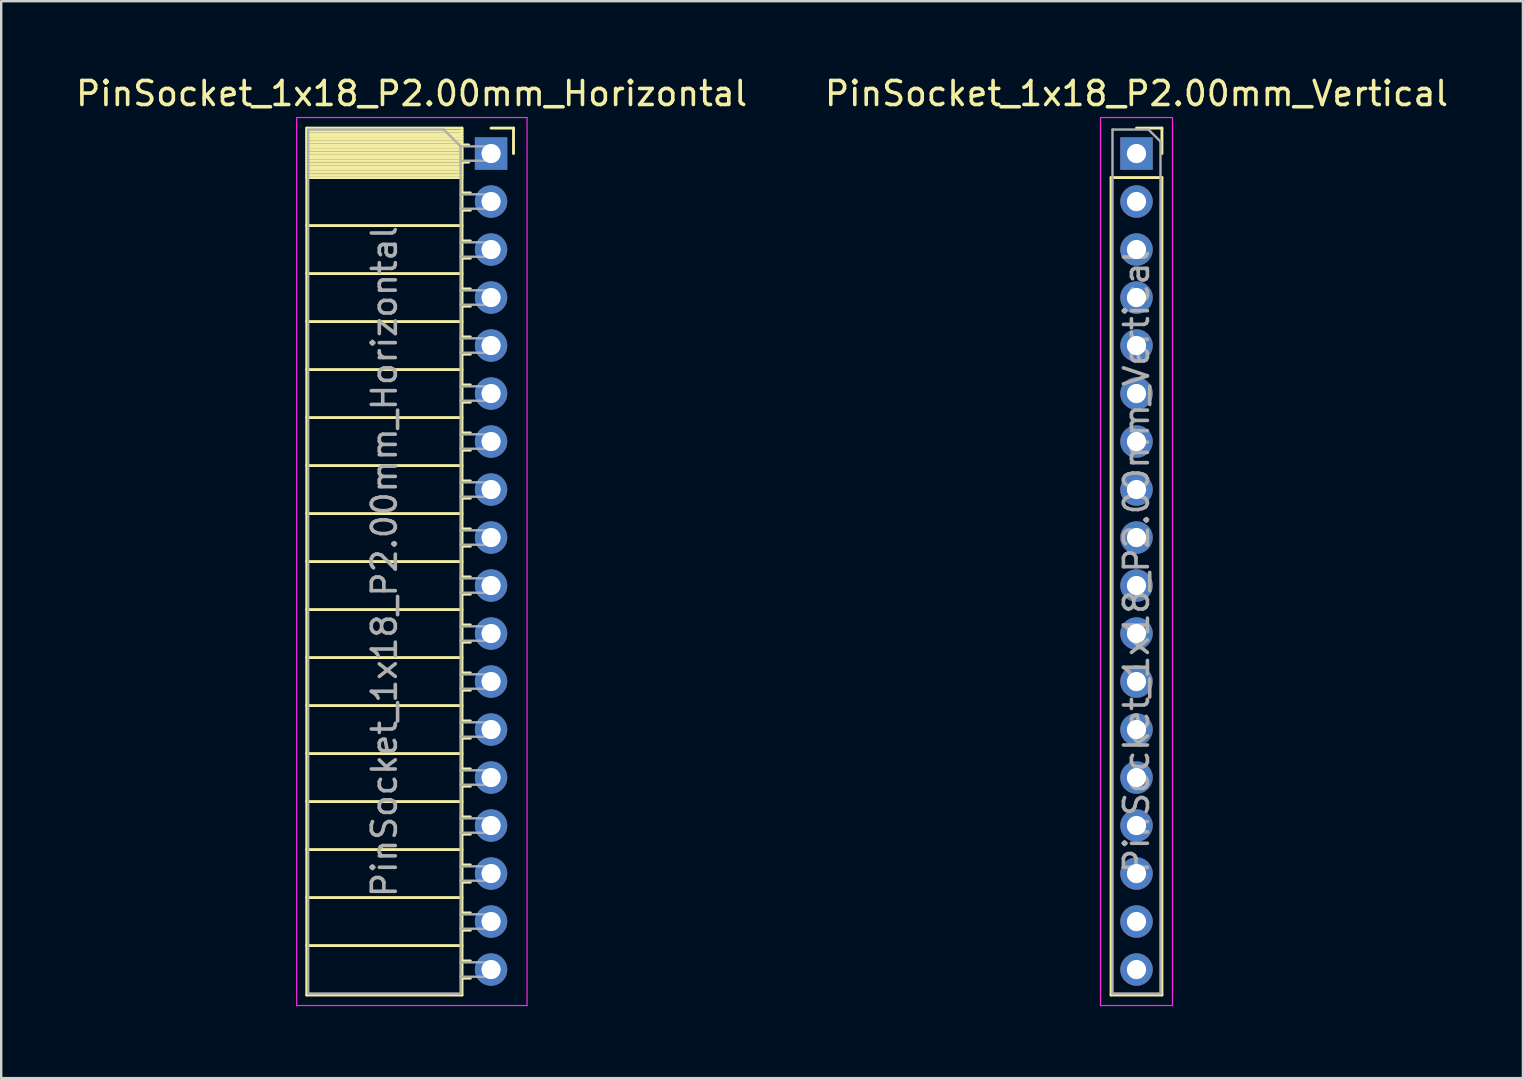
<source format=kicad_pcb>
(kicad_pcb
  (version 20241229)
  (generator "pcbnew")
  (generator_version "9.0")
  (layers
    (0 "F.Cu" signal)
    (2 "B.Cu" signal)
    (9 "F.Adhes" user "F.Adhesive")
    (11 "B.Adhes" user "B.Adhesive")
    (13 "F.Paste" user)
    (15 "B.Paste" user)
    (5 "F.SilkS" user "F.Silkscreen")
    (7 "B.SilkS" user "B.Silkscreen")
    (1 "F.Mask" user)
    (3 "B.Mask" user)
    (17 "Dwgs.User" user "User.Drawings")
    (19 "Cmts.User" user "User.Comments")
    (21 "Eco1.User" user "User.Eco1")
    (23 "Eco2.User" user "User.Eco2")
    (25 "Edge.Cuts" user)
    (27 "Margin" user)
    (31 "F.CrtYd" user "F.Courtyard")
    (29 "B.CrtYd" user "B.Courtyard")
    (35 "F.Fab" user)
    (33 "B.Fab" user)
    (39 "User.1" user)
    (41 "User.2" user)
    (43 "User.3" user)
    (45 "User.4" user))
  (footprint "PinSocket_1x18_P2.00mm_Horizontal"
    (layer "F.Cu")
    (at 17.411 3.348)
    (property "Reference" "PinSocket_1x18_P2.00mm_Horizontal" (at -3.31 -2.5 0) (layer "F.SilkS") (effects (font (size 1 1) (thickness 0.15))))
    (attr through_hole)
    (fp_line (start -7.68 -1.06) (end -7.68 35.06) (stroke (width 0.12) (type solid)) (layer "F.SilkS"))
    (fp_line (start -7.68 -1.06) (end -1.21 -1.06) (stroke (width 0.12) (type solid)) (layer "F.SilkS"))
    (fp_line (start -7.68 -0.94) (end -1.21 -0.94) (stroke (width 0.12) (type solid)) (layer "F.SilkS"))
    (fp_line (start -7.68 -0.826) (end -1.21 -0.826) (stroke (width 0.12) (type solid)) (layer "F.SilkS"))
    (fp_line (start -7.68 -0.712) (end -1.21 -0.712) (stroke (width 0.12) (type solid)) (layer "F.SilkS"))
    (fp_line (start -7.68 -0.598) (end -1.21 -0.598) (stroke (width 0.12) (type solid)) (layer "F.SilkS"))
    (fp_line (start -7.68 -0.484) (end -1.21 -0.484) (stroke (width 0.12) (type solid)) (layer "F.SilkS"))
    (fp_line (start -7.68 -0.369) (end -1.21 -0.369) (stroke (width 0.12) (type solid)) (layer "F.SilkS"))
    (fp_line (start -7.68 -0.255) (end -1.21 -0.255) (stroke (width 0.12) (type solid)) (layer "F.SilkS"))
    (fp_line (start -7.68 -0.141) (end -1.21 -0.141) (stroke (width 0.12) (type solid)) (layer "F.SilkS"))
    (fp_line (start -7.68 -0.027) (end -1.21 -0.027) (stroke (width 0.12) (type solid)) (layer "F.SilkS"))
    (fp_line (start -7.68 0.087) (end -1.21 0.087) (stroke (width 0.12) (type solid)) (layer "F.SilkS"))
    (fp_line (start -7.68 0.201) (end -1.21 0.201) (stroke (width 0.12) (type solid)) (layer "F.SilkS"))
    (fp_line (start -7.68 0.315) (end -1.21 0.315) (stroke (width 0.12) (type solid)) (layer "F.SilkS"))
    (fp_line (start -7.68 0.429) (end -1.21 0.429) (stroke (width 0.12) (type solid)) (layer "F.SilkS"))
    (fp_line (start -7.68 0.544) (end -1.21 0.544) (stroke (width 0.12) (type solid)) (layer "F.SilkS"))
    (fp_line (start -7.68 0.658) (end -1.21 0.658) (stroke (width 0.12) (type solid)) (layer "F.SilkS"))
    (fp_line (start -7.68 0.772) (end -1.21 0.772) (stroke (width 0.12) (type solid)) (layer "F.SilkS"))
    (fp_line (start -7.68 0.886) (end -1.21 0.886) (stroke (width 0.12) (type solid)) (layer "F.SilkS"))
    (fp_line (start -7.68 1) (end -1.21 1) (stroke (width 0.12) (type solid)) (layer "F.SilkS"))
    (fp_line (start -7.68 3) (end -1.21 3) (stroke (width 0.12) (type solid)) (layer "F.SilkS"))
    (fp_line (start -7.68 5) (end -1.21 5) (stroke (width 0.12) (type solid)) (layer "F.SilkS"))
    (fp_line (start -7.68 7) (end -1.21 7) (stroke (width 0.12) (type solid)) (layer "F.SilkS"))
    (fp_line (start -7.68 9) (end -1.21 9) (stroke (width 0.12) (type solid)) (layer "F.SilkS"))
    (fp_line (start -7.68 11) (end -1.21 11) (stroke (width 0.12) (type solid)) (layer "F.SilkS"))
    (fp_line (start -7.68 13) (end -1.21 13) (stroke (width 0.12) (type solid)) (layer "F.SilkS"))
    (fp_line (start -7.68 15) (end -1.21 15) (stroke (width 0.12) (type solid)) (layer "F.SilkS"))
    (fp_line (start -7.68 17) (end -1.21 17) (stroke (width 0.12) (type solid)) (layer "F.SilkS"))
    (fp_line (start -7.68 19) (end -1.21 19) (stroke (width 0.12) (type solid)) (layer "F.SilkS"))
    (fp_line (start -7.68 21) (end -1.21 21) (stroke (width 0.12) (type solid)) (layer "F.SilkS"))
    (fp_line (start -7.68 23) (end -1.21 23) (stroke (width 0.12) (type solid)) (layer "F.SilkS"))
    (fp_line (start -7.68 25) (end -1.21 25) (stroke (width 0.12) (type solid)) (layer "F.SilkS"))
    (fp_line (start -7.68 27) (end -1.21 27) (stroke (width 0.12) (type solid)) (layer "F.SilkS"))
    (fp_line (start -7.68 29) (end -1.21 29) (stroke (width 0.12) (type solid)) (layer "F.SilkS"))
    (fp_line (start -7.68 31) (end -1.21 31) (stroke (width 0.12) (type solid)) (layer "F.SilkS"))
    (fp_line (start -7.68 33) (end -1.21 33) (stroke (width 0.12) (type solid)) (layer "F.SilkS"))
    (fp_line (start -7.68 35.06) (end -1.21 35.06) (stroke (width 0.12) (type solid)) (layer "F.SilkS"))
    (fp_line (start -1.21 -1.06) (end -1.21 35.06) (stroke (width 0.12) (type solid)) (layer "F.SilkS"))
    (fp_line (start -1.21 -0.36) (end -0.935 -0.36) (stroke (width 0.12) (type solid)) (layer "F.SilkS"))
    (fp_line (start -1.21 0.36) (end -0.935 0.36) (stroke (width 0.12) (type solid)) (layer "F.SilkS"))
    (fp_line (start -1.21 1.64) (end -0.863 1.64) (stroke (width 0.12) (type solid)) (layer "F.SilkS"))
    (fp_line (start -1.21 2.36) (end -0.863 2.36) (stroke (width 0.12) (type solid)) (layer "F.SilkS"))
    (fp_line (start -1.21 3.64) (end -0.863 3.64) (stroke (width 0.12) (type solid)) (layer "F.SilkS"))
    (fp_line (start -1.21 4.36) (end -0.863 4.36) (stroke (width 0.12) (type solid)) (layer "F.SilkS"))
    (fp_line (start -1.21 5.64) (end -0.863 5.64) (stroke (width 0.12) (type solid)) (layer "F.SilkS"))
    (fp_line (start -1.21 6.36) (end -0.863 6.36) (stroke (width 0.12) (type solid)) (layer "F.SilkS"))
    (fp_line (start -1.21 7.64) (end -0.863 7.64) (stroke (width 0.12) (type solid)) (layer "F.SilkS"))
    (fp_line (start -1.21 8.36) (end -0.863 8.36) (stroke (width 0.12) (type solid)) (layer "F.SilkS"))
    (fp_line (start -1.21 9.64) (end -0.863 9.64) (stroke (width 0.12) (type solid)) (layer "F.SilkS"))
    (fp_line (start -1.21 10.36) (end -0.863 10.36) (stroke (width 0.12) (type solid)) (layer "F.SilkS"))
    (fp_line (start -1.21 11.64) (end -0.863 11.64) (stroke (width 0.12) (type solid)) (layer "F.SilkS"))
    (fp_line (start -1.21 12.36) (end -0.863 12.36) (stroke (width 0.12) (type solid)) (layer "F.SilkS"))
    (fp_line (start -1.21 13.64) (end -0.863 13.64) (stroke (width 0.12) (type solid)) (layer "F.SilkS"))
    (fp_line (start -1.21 14.36) (end -0.863 14.36) (stroke (width 0.12) (type solid)) (layer "F.SilkS"))
    (fp_line (start -1.21 15.64) (end -0.863 15.64) (stroke (width 0.12) (type solid)) (layer "F.SilkS"))
    (fp_line (start -1.21 16.36) (end -0.863 16.36) (stroke (width 0.12) (type solid)) (layer "F.SilkS"))
    (fp_line (start -1.21 17.64) (end -0.863 17.64) (stroke (width 0.12) (type solid)) (layer "F.SilkS"))
    (fp_line (start -1.21 18.36) (end -0.863 18.36) (stroke (width 0.12) (type solid)) (layer "F.SilkS"))
    (fp_line (start -1.21 19.64) (end -0.863 19.64) (stroke (width 0.12) (type solid)) (layer "F.SilkS"))
    (fp_line (start -1.21 20.36) (end -0.863 20.36) (stroke (width 0.12) (type solid)) (layer "F.SilkS"))
    (fp_line (start -1.21 21.64) (end -0.863 21.64) (stroke (width 0.12) (type solid)) (layer "F.SilkS"))
    (fp_line (start -1.21 22.36) (end -0.863 22.36) (stroke (width 0.12) (type solid)) (layer "F.SilkS"))
    (fp_line (start -1.21 23.64) (end -0.863 23.64) (stroke (width 0.12) (type solid)) (layer "F.SilkS"))
    (fp_line (start -1.21 24.36) (end -0.863 24.36) (stroke (width 0.12) (type solid)) (layer "F.SilkS"))
    (fp_line (start -1.21 25.64) (end -0.863 25.64) (stroke (width 0.12) (type solid)) (layer "F.SilkS"))
    (fp_line (start -1.21 26.36) (end -0.863 26.36) (stroke (width 0.12) (type solid)) (layer "F.SilkS"))
    (fp_line (start -1.21 27.64) (end -0.863 27.64) (stroke (width 0.12) (type solid)) (layer "F.SilkS"))
    (fp_line (start -1.21 28.36) (end -0.863 28.36) (stroke (width 0.12) (type solid)) (layer "F.SilkS"))
    (fp_line (start -1.21 29.64) (end -0.863 29.64) (stroke (width 0.12) (type solid)) (layer "F.SilkS"))
    (fp_line (start -1.21 30.36) (end -0.863 30.36) (stroke (width 0.12) (type solid)) (layer "F.SilkS"))
    (fp_line (start -1.21 31.64) (end -0.863 31.64) (stroke (width 0.12) (type solid)) (layer "F.SilkS"))
    (fp_line (start -1.21 32.36) (end -0.863 32.36) (stroke (width 0.12) (type solid)) (layer "F.SilkS"))
    (fp_line (start -1.21 33.64) (end -0.863 33.64) (stroke (width 0.12) (type solid)) (layer "F.SilkS"))
    (fp_line (start -1.21 34.36) (end -0.863 34.36) (stroke (width 0.12) (type solid)) (layer "F.SilkS"))
    (fp_line (start 0 -1.06) (end 0.935 -1.06) (stroke (width 0.12) (type solid)) (layer "F.SilkS"))
    (fp_line (start 0.935 -1.06) (end 0.935 0) (stroke (width 0.12) (type solid)) (layer "F.SilkS"))
    (fp_line (start -8.1 -1.5) (end -8.1 35.5) (stroke (width 0.05) (type solid)) (layer "F.CrtYd"))
    (fp_line (start -8.1 35.5) (end 1.5 35.5) (stroke (width 0.05) (type solid)) (layer "F.CrtYd"))
    (fp_line (start 1.5 -1.5) (end -8.1 -1.5) (stroke (width 0.05) (type solid)) (layer "F.CrtYd"))
    (fp_line (start 1.5 35.5) (end 1.5 -1.5) (stroke (width 0.05) (type solid)) (layer "F.CrtYd"))
    (fp_line (start -7.62 -1) (end -1.97 -1) (stroke (width 0.1) (type solid)) (layer "F.Fab"))
    (fp_line (start -7.62 35) (end -7.62 -1) (stroke (width 0.1) (type solid)) (layer "F.Fab"))
    (fp_line (start -1.97 -1) (end -1.27 -0.3) (stroke (width 0.1) (type solid)) (layer "F.Fab"))
    (fp_line (start -1.27 -0.3) (end -1.27 35) (stroke (width 0.1) (type solid)) (layer "F.Fab"))
    (fp_line (start -1.27 0.3) (end 0 0.3) (stroke (width 0.1) (type solid)) (layer "F.Fab"))
    (fp_line (start -1.27 2.3) (end 0 2.3) (stroke (width 0.1) (type solid)) (layer "F.Fab"))
    (fp_line (start -1.27 4.3) (end 0 4.3) (stroke (width 0.1) (type solid)) (layer "F.Fab"))
    (fp_line (start -1.27 6.3) (end 0 6.3) (stroke (width 0.1) (type solid)) (layer "F.Fab"))
    (fp_line (start -1.27 8.3) (end 0 8.3) (stroke (width 0.1) (type solid)) (layer "F.Fab"))
    (fp_line (start -1.27 10.3) (end 0 10.3) (stroke (width 0.1) (type solid)) (layer "F.Fab"))
    (fp_line (start -1.27 12.3) (end 0 12.3) (stroke (width 0.1) (type solid)) (layer "F.Fab"))
    (fp_line (start -1.27 14.3) (end 0 14.3) (stroke (width 0.1) (type solid)) (layer "F.Fab"))
    (fp_line (start -1.27 16.3) (end 0 16.3) (stroke (width 0.1) (type solid)) (layer "F.Fab"))
    (fp_line (start -1.27 18.3) (end 0 18.3) (stroke (width 0.1) (type solid)) (layer "F.Fab"))
    (fp_line (start -1.27 20.3) (end 0 20.3) (stroke (width 0.1) (type solid)) (layer "F.Fab"))
    (fp_line (start -1.27 22.3) (end 0 22.3) (stroke (width 0.1) (type solid)) (layer "F.Fab"))
    (fp_line (start -1.27 24.3) (end 0 24.3) (stroke (width 0.1) (type solid)) (layer "F.Fab"))
    (fp_line (start -1.27 26.3) (end 0 26.3) (stroke (width 0.1) (type solid)) (layer "F.Fab"))
    (fp_line (start -1.27 28.3) (end 0 28.3) (stroke (width 0.1) (type solid)) (layer "F.Fab"))
    (fp_line (start -1.27 30.3) (end 0 30.3) (stroke (width 0.1) (type solid)) (layer "F.Fab"))
    (fp_line (start -1.27 32.3) (end 0 32.3) (stroke (width 0.1) (type solid)) (layer "F.Fab"))
    (fp_line (start -1.27 34.3) (end 0 34.3) (stroke (width 0.1) (type solid)) (layer "F.Fab"))
    (fp_line (start -1.27 35) (end -7.62 35) (stroke (width 0.1) (type solid)) (layer "F.Fab"))
    (fp_line (start 0 -0.3) (end -1.27 -0.3) (stroke (width 0.1) (type solid)) (layer "F.Fab"))
    (fp_line (start 0 0.3) (end 0 -0.3) (stroke (width 0.1) (type solid)) (layer "F.Fab"))
    (fp_line (start 0 1.7) (end -1.27 1.7) (stroke (width 0.1) (type solid)) (layer "F.Fab"))
    (fp_line (start 0 2.3) (end 0 1.7) (stroke (width 0.1) (type solid)) (layer "F.Fab"))
    (fp_line (start 0 3.7) (end -1.27 3.7) (stroke (width 0.1) (type solid)) (layer "F.Fab"))
    (fp_line (start 0 4.3) (end 0 3.7) (stroke (width 0.1) (type solid)) (layer "F.Fab"))
    (fp_line (start 0 5.7) (end -1.27 5.7) (stroke (width 0.1) (type solid)) (layer "F.Fab"))
    (fp_line (start 0 6.3) (end 0 5.7) (stroke (width 0.1) (type solid)) (layer "F.Fab"))
    (fp_line (start 0 7.7) (end -1.27 7.7) (stroke (width 0.1) (type solid)) (layer "F.Fab"))
    (fp_line (start 0 8.3) (end 0 7.7) (stroke (width 0.1) (type solid)) (layer "F.Fab"))
    (fp_line (start 0 9.7) (end -1.27 9.7) (stroke (width 0.1) (type solid)) (layer "F.Fab"))
    (fp_line (start 0 10.3) (end 0 9.7) (stroke (width 0.1) (type solid)) (layer "F.Fab"))
    (fp_line (start 0 11.7) (end -1.27 11.7) (stroke (width 0.1) (type solid)) (layer "F.Fab"))
    (fp_line (start 0 12.3) (end 0 11.7) (stroke (width 0.1) (type solid)) (layer "F.Fab"))
    (fp_line (start 0 13.7) (end -1.27 13.7) (stroke (width 0.1) (type solid)) (layer "F.Fab"))
    (fp_line (start 0 14.3) (end 0 13.7) (stroke (width 0.1) (type solid)) (layer "F.Fab"))
    (fp_line (start 0 15.7) (end -1.27 15.7) (stroke (width 0.1) (type solid)) (layer "F.Fab"))
    (fp_line (start 0 16.3) (end 0 15.7) (stroke (width 0.1) (type solid)) (layer "F.Fab"))
    (fp_line (start 0 17.7) (end -1.27 17.7) (stroke (width 0.1) (type solid)) (layer "F.Fab"))
    (fp_line (start 0 18.3) (end 0 17.7) (stroke (width 0.1) (type solid)) (layer "F.Fab"))
    (fp_line (start 0 19.7) (end -1.27 19.7) (stroke (width 0.1) (type solid)) (layer "F.Fab"))
    (fp_line (start 0 20.3) (end 0 19.7) (stroke (width 0.1) (type solid)) (layer "F.Fab"))
    (fp_line (start 0 21.7) (end -1.27 21.7) (stroke (width 0.1) (type solid)) (layer "F.Fab"))
    (fp_line (start 0 22.3) (end 0 21.7) (stroke (width 0.1) (type solid)) (layer "F.Fab"))
    (fp_line (start 0 23.7) (end -1.27 23.7) (stroke (width 0.1) (type solid)) (layer "F.Fab"))
    (fp_line (start 0 24.3) (end 0 23.7) (stroke (width 0.1) (type solid)) (layer "F.Fab"))
    (fp_line (start 0 25.7) (end -1.27 25.7) (stroke (width 0.1) (type solid)) (layer "F.Fab"))
    (fp_line (start 0 26.3) (end 0 25.7) (stroke (width 0.1) (type solid)) (layer "F.Fab"))
    (fp_line (start 0 27.7) (end -1.27 27.7) (stroke (width 0.1) (type solid)) (layer "F.Fab"))
    (fp_line (start 0 28.3) (end 0 27.7) (stroke (width 0.1) (type solid)) (layer "F.Fab"))
    (fp_line (start 0 29.7) (end -1.27 29.7) (stroke (width 0.1) (type solid)) (layer "F.Fab"))
    (fp_line (start 0 30.3) (end 0 29.7) (stroke (width 0.1) (type solid)) (layer "F.Fab"))
    (fp_line (start 0 31.7) (end -1.27 31.7) (stroke (width 0.1) (type solid)) (layer "F.Fab"))
    (fp_line (start 0 32.3) (end 0 31.7) (stroke (width 0.1) (type solid)) (layer "F.Fab"))
    (fp_line (start 0 33.7) (end -1.27 33.7) (stroke (width 0.1) (type solid)) (layer "F.Fab"))
    (fp_line (start 0 34.3) (end 0 33.7) (stroke (width 0.1) (type solid)) (layer "F.Fab"))
    (fp_text user "${REFERENCE}" (at -4.445 17 90) (layer "F.Fab") (effects (font (size 1 1) (thickness 0.15))))
    (pad "1" thru_hole rect (at 0 0) (size 1.35 1.35) (drill 0.8) (layers "*.Cu" "*.Mask"))
    (pad "2" thru_hole circle (at 0 2) (size 1.35 1.35) (drill 0.8) (layers "*.Cu" "*.Mask"))
    (pad "3" thru_hole circle (at 0 4) (size 1.35 1.35) (drill 0.8) (layers "*.Cu" "*.Mask"))
    (pad "4" thru_hole circle (at 0 6) (size 1.35 1.35) (drill 0.8) (layers "*.Cu" "*.Mask"))
    (pad "5" thru_hole circle (at 0 8) (size 1.35 1.35) (drill 0.8) (layers "*.Cu" "*.Mask"))
    (pad "6" thru_hole circle (at 0 10) (size 1.35 1.35) (drill 0.8) (layers "*.Cu" "*.Mask"))
    (pad "7" thru_hole circle (at 0 12) (size 1.35 1.35) (drill 0.8) (layers "*.Cu" "*.Mask"))
    (pad "8" thru_hole circle (at 0 14) (size 1.35 1.35) (drill 0.8) (layers "*.Cu" "*.Mask"))
    (pad "9" thru_hole circle (at 0 16) (size 1.35 1.35) (drill 0.8) (layers "*.Cu" "*.Mask"))
    (pad "10" thru_hole circle (at 0 18) (size 1.35 1.35) (drill 0.8) (layers "*.Cu" "*.Mask"))
    (pad "11" thru_hole circle (at 0 20) (size 1.35 1.35) (drill 0.8) (layers "*.Cu" "*.Mask"))
    (pad "12" thru_hole circle (at 0 22) (size 1.35 1.35) (drill 0.8) (layers "*.Cu" "*.Mask"))
    (pad "13" thru_hole circle (at 0 24) (size 1.35 1.35) (drill 0.8) (layers "*.Cu" "*.Mask"))
    (pad "14" thru_hole circle (at 0 26) (size 1.35 1.35) (drill 0.8) (layers "*.Cu" "*.Mask"))
    (pad "15" thru_hole circle (at 0 28) (size 1.35 1.35) (drill 0.8) (layers "*.Cu" "*.Mask"))
    (pad "16" thru_hole circle (at 0 30) (size 1.35 1.35) (drill 0.8) (layers "*.Cu" "*.Mask"))
    (pad "17" thru_hole circle (at 0 32) (size 1.35 1.35) (drill 0.8) (layers "*.Cu" "*.Mask"))
    (pad "18" thru_hole circle (at 0 34) (size 1.35 1.35) (drill 0.8) (layers "*.Cu" "*.Mask")))
  (footprint "PinSocket_1x18_P2.00mm_Vertical"
    (layer "F.Cu")
    (at 44.304 3.348)
    (property "Reference" "PinSocket_1x18_P2.00mm_Vertical" (at 0 -2.5 0) (layer "F.SilkS") (effects (font (size 1 1) (thickness 0.15))))
    (attr through_hole)
    (fp_line (start -1.06 1) (end -1.06 35.06) (stroke (width 0.12) (type solid)) (layer "F.SilkS"))
    (fp_line (start -1.06 1) (end 1.06 1) (stroke (width 0.12) (type solid)) (layer "F.SilkS"))
    (fp_line (start -1.06 35.06) (end 1.06 35.06) (stroke (width 0.12) (type solid)) (layer "F.SilkS"))
    (fp_line (start 0 -1.06) (end 1.06 -1.06) (stroke (width 0.12) (type solid)) (layer "F.SilkS"))
    (fp_line (start 1.06 -1.06) (end 1.06 0) (stroke (width 0.12) (type solid)) (layer "F.SilkS"))
    (fp_line (start 1.06 1) (end 1.06 35.06) (stroke (width 0.12) (type solid)) (layer "F.SilkS"))
    (fp_line (start -1.5 -1.5) (end 1.5 -1.5) (stroke (width 0.05) (type solid)) (layer "F.CrtYd"))
    (fp_line (start -1.5 35.5) (end -1.5 -1.5) (stroke (width 0.05) (type solid)) (layer "F.CrtYd"))
    (fp_line (start 1.5 -1.5) (end 1.5 35.5) (stroke (width 0.05) (type solid)) (layer "F.CrtYd"))
    (fp_line (start 1.5 35.5) (end -1.5 35.5) (stroke (width 0.05) (type solid)) (layer "F.CrtYd"))
    (fp_line (start -1 -1) (end 0.5 -1) (stroke (width 0.1) (type solid)) (layer "F.Fab"))
    (fp_line (start -1 35) (end -1 -1) (stroke (width 0.1) (type solid)) (layer "F.Fab"))
    (fp_line (start 0.5 -1) (end 1 -0.5) (stroke (width 0.1) (type solid)) (layer "F.Fab"))
    (fp_line (start 1 -0.5) (end 1 35) (stroke (width 0.1) (type solid)) (layer "F.Fab"))
    (fp_line (start 1 35) (end -1 35) (stroke (width 0.1) (type solid)) (layer "F.Fab"))
    (fp_text user "${REFERENCE}" (at 0 17 90) (layer "F.Fab") (effects (font (size 1 1) (thickness 0.15))))
    (pad "1" thru_hole rect (at 0 0) (size 1.35 1.35) (drill 0.8) (layers "*.Cu" "*.Mask"))
    (pad "2" thru_hole oval (at 0 2) (size 1.35 1.35) (drill 0.8) (layers "*.Cu" "*.Mask"))
    (pad "3" thru_hole oval (at 0 4) (size 1.35 1.35) (drill 0.8) (layers "*.Cu" "*.Mask"))
    (pad "4" thru_hole oval (at 0 6) (size 1.35 1.35) (drill 0.8) (layers "*.Cu" "*.Mask"))
    (pad "5" thru_hole oval (at 0 8) (size 1.35 1.35) (drill 0.8) (layers "*.Cu" "*.Mask"))
    (pad "6" thru_hole oval (at 0 10) (size 1.35 1.35) (drill 0.8) (layers "*.Cu" "*.Mask"))
    (pad "7" thru_hole oval (at 0 12) (size 1.35 1.35) (drill 0.8) (layers "*.Cu" "*.Mask"))
    (pad "8" thru_hole oval (at 0 14) (size 1.35 1.35) (drill 0.8) (layers "*.Cu" "*.Mask"))
    (pad "9" thru_hole oval (at 0 16) (size 1.35 1.35) (drill 0.8) (layers "*.Cu" "*.Mask"))
    (pad "10" thru_hole oval (at 0 18) (size 1.35 1.35) (drill 0.8) (layers "*.Cu" "*.Mask"))
    (pad "11" thru_hole oval (at 0 20) (size 1.35 1.35) (drill 0.8) (layers "*.Cu" "*.Mask"))
    (pad "12" thru_hole oval (at 0 22) (size 1.35 1.35) (drill 0.8) (layers "*.Cu" "*.Mask"))
    (pad "13" thru_hole oval (at 0 24) (size 1.35 1.35) (drill 0.8) (layers "*.Cu" "*.Mask"))
    (pad "14" thru_hole oval (at 0 26) (size 1.35 1.35) (drill 0.8) (layers "*.Cu" "*.Mask"))
    (pad "15" thru_hole oval (at 0 28) (size 1.35 1.35) (drill 0.8) (layers "*.Cu" "*.Mask"))
    (pad "16" thru_hole oval (at 0 30) (size 1.35 1.35) (drill 0.8) (layers "*.Cu" "*.Mask"))
    (pad "17" thru_hole oval (at 0 32) (size 1.35 1.35) (drill 0.8) (layers "*.Cu" "*.Mask"))
    (pad "18" thru_hole oval (at 0 34) (size 1.35 1.35) (drill 0.8) (layers "*.Cu" "*.Mask")))
  (gr_rect
    (start -3 -3)
    (end 60.405 41.873)
    (stroke (width 0.1) (type default))
    (fill no)
    (layer "Edge.Cuts")))
</source>
